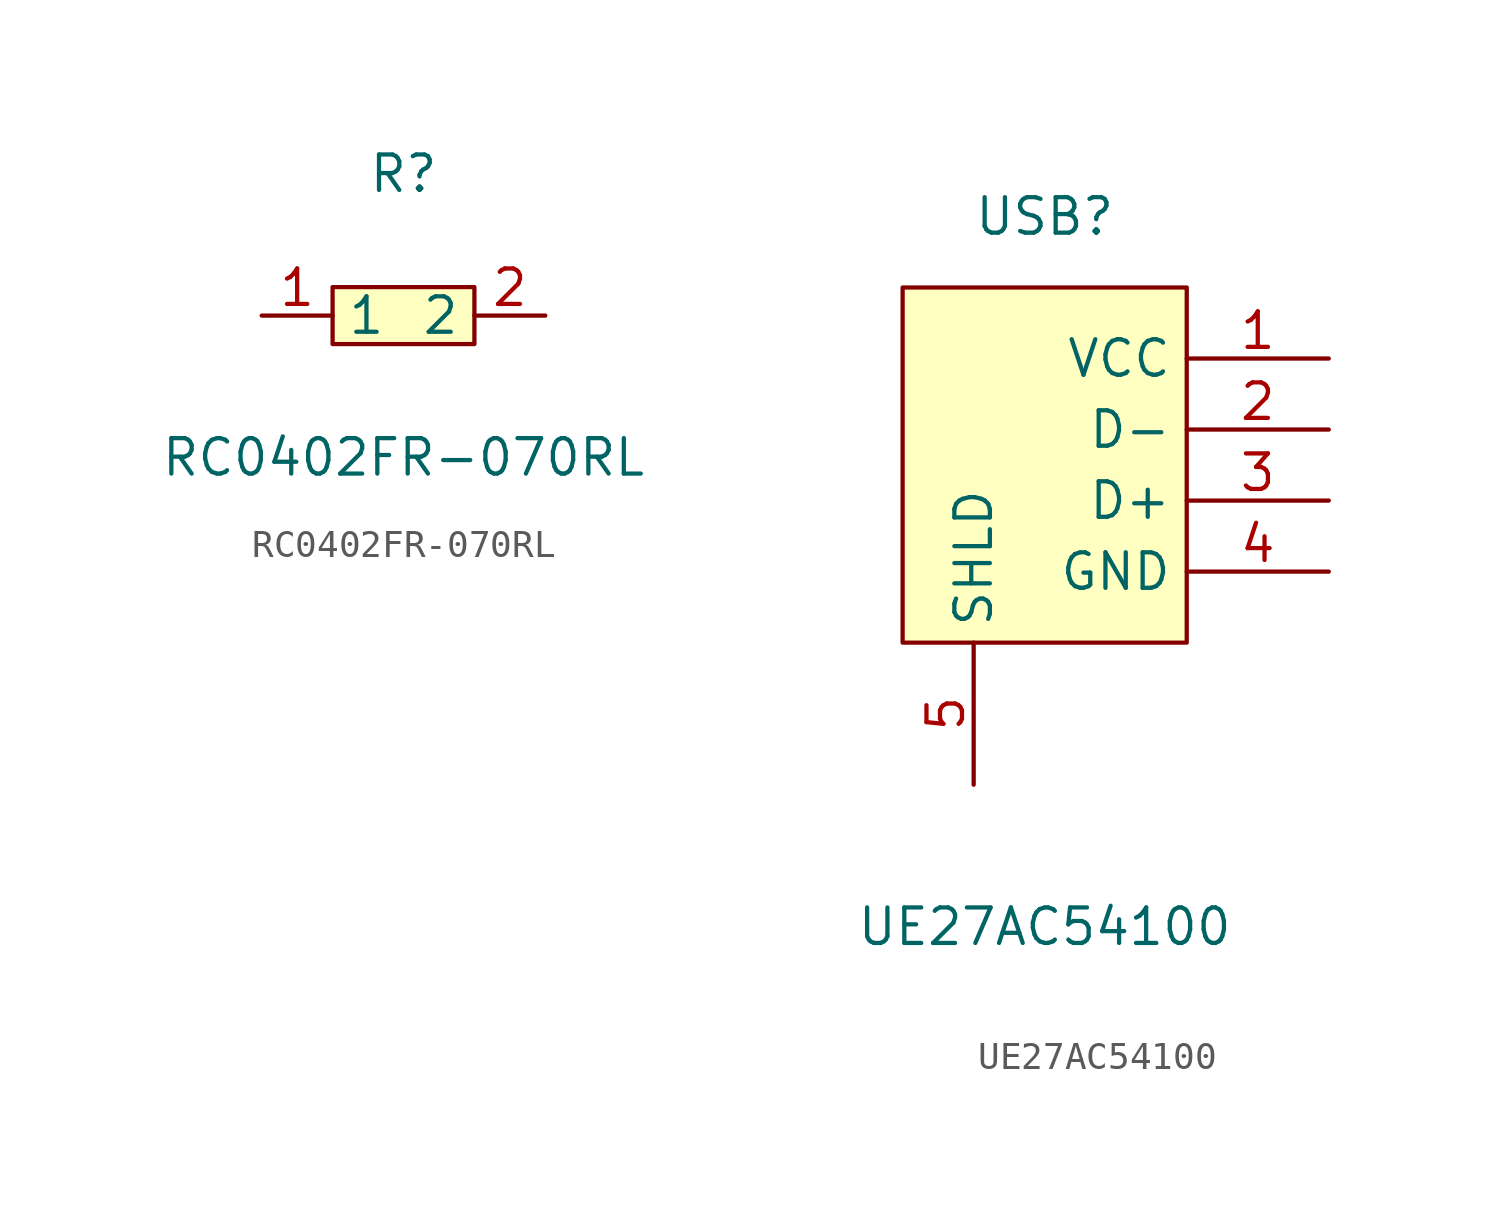
<source format=kicad_sym>
(kicad_symbol_lib
  (version 20211014)
  (generator https://github.com/uPesy/easyeda2kicad.py)
  (symbol "RC0402FR-070RL"
    (property "Reference" "R"
      (at 0 5.08 0)
      (effects (font (size 1.27 1.27))))
    (property "Value" "RC0402FR-070RL"
      (at 0 -5.08 0)
      (effects (font (size 1.27 1.27))))
    (symbol "RC0402FR-070RL_0_1"
      (rectangle (start -2.54 1.02) (end 2.54 -1.02) (stroke (width 0) (type default) (color 0 0 0 0)) (fill (type background)))
      (pin input line (at 5.08 -0.00 180) (length 2.54) (name "2" (effects (font (size 1.27 1.27)))) (number "2" (effects (font (size 1.27 1.27)))))
      (pin input line (at -5.08 -0.00 0) (length 2.54) (name "1" (effects (font (size 1.27 1.27)))) (number "1" (effects (font (size 1.27 1.27)))))))
  (symbol "UE27AC54100"
    (property "Reference" "USB"
      (at 0 7.62 0)
      (effects (font (size 1.27 1.27))))
    (property "Value" "UE27AC54100"
      (at 0 -17.78 0)
      (effects (font (size 1.27 1.27))))
    (symbol "UE27AC54100_0_1"
      (rectangle (start -5.08 5.08) (end 5.08 -7.62) (stroke (width 0) (type default) (color 0 0 0 0)) (fill (type background)))
      (pin unspecified line (at -2.54 -12.70 90) (length 5.08) (name "SHLD" (effects (font (size 1.27 1.27)))) (number "5" (effects (font (size 1.27 1.27)))))
      (pin input line (at 10.16 -5.08 180) (length 5.08) (name "GND" (effects (font (size 1.27 1.27)))) (number "4" (effects (font (size 1.27 1.27)))))
      (pin input line (at 10.16 -2.54 180) (length 5.08) (name "D+" (effects (font (size 1.27 1.27)))) (number "3" (effects (font (size 1.27 1.27)))))
      (pin input line (at 10.16 -0.00 180) (length 5.08) (name "D-" (effects (font (size 1.27 1.27)))) (number "2" (effects (font (size 1.27 1.27)))))
      (pin input line (at 10.16 2.54 180) (length 5.08) (name "VCC" (effects (font (size 1.27 1.27)))) (number "1" (effects (font (size 1.27 1.27))))))))
</source>
